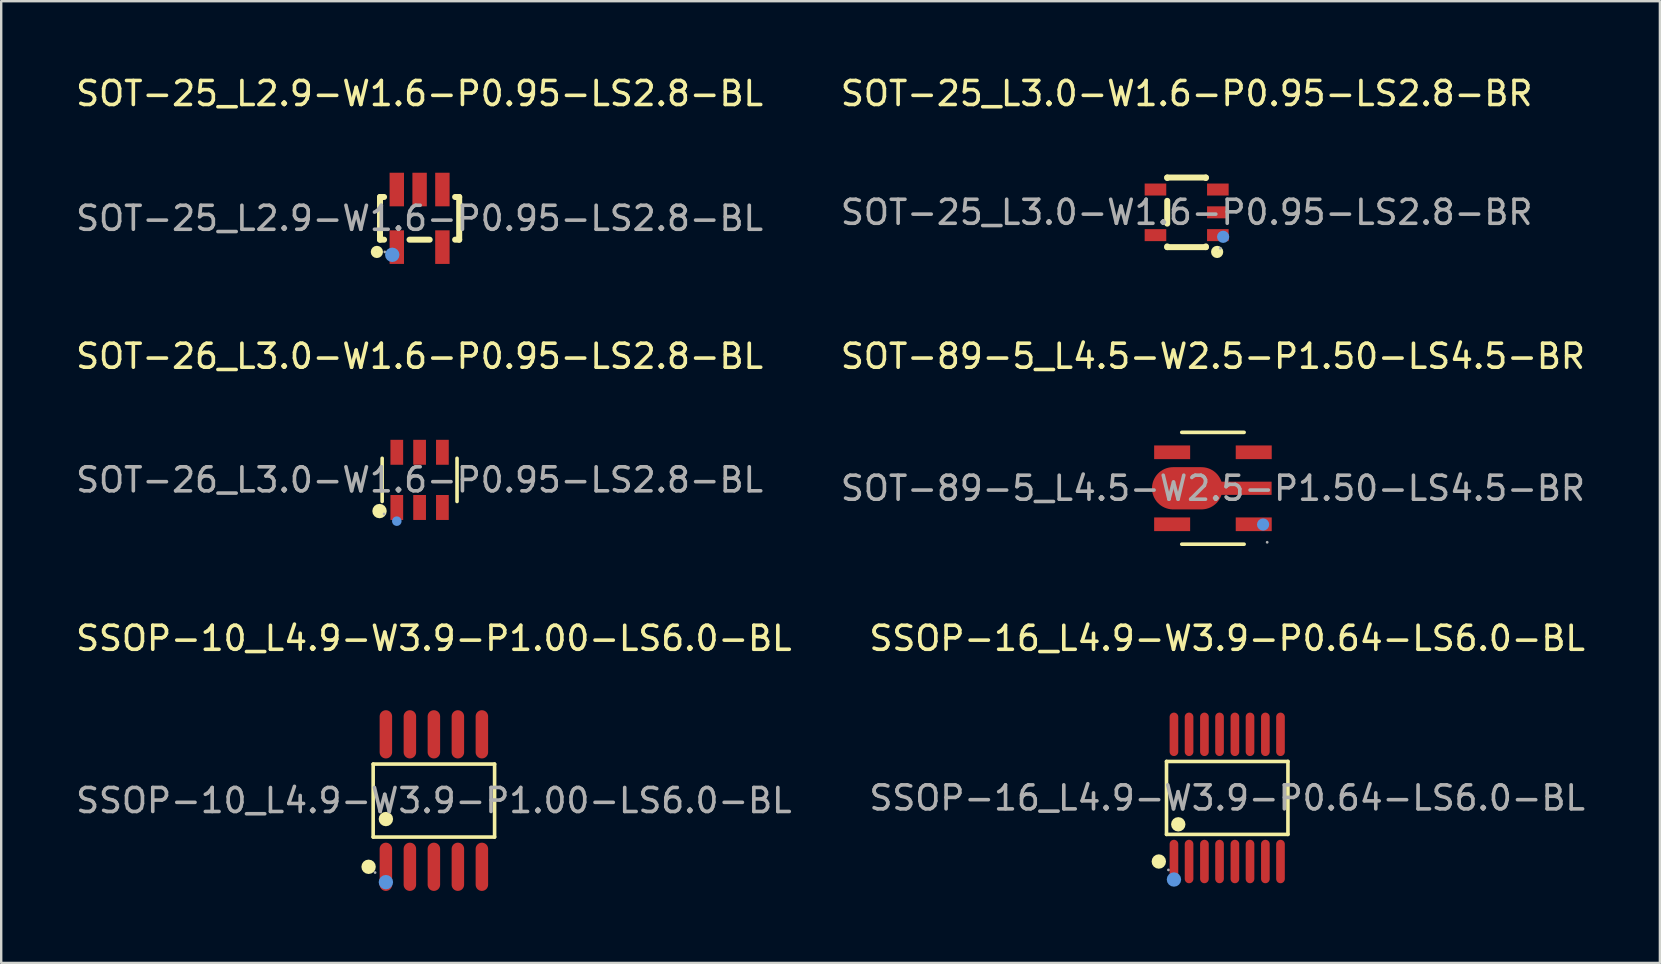
<source format=kicad_pcb>
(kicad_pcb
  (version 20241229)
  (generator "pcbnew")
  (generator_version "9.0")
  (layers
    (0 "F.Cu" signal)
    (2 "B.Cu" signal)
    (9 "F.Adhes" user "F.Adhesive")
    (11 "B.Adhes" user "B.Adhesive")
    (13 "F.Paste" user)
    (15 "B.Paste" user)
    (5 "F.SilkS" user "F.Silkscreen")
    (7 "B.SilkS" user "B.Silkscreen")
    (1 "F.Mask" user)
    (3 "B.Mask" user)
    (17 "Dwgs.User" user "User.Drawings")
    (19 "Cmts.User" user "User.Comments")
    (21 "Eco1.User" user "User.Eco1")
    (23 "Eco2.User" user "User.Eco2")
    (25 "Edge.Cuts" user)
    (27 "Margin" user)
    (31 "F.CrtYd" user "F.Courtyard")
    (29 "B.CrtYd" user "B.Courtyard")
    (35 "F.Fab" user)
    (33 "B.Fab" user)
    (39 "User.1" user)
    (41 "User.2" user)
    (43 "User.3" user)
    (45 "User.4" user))
  (footprint "SSOP-10_L4.9-W3.9-P1.00-LS6.0-BL"
    (layer "F.Cu")
    (at 15.03 30.31)
    (property "Reference" "SSOP-10_L4.9-W3.9-P1.00-LS6.0-BL" (at 0 -6.76 0) (layer "F.SilkS") (effects (font (size 1 1) (thickness 0.15))))
    (attr through_hole)
    (fp_line (start -2.53 -1.52) (end 2.53 -1.52) (stroke (width 0.15) (type solid)) (layer "F.SilkS"))
    (fp_line (start -2.53 1.52) (end -2.53 -1.52) (stroke (width 0.15) (type solid)) (layer "F.SilkS"))
    (fp_line (start 2.53 -1.52) (end 2.53 1.52) (stroke (width 0.15) (type solid)) (layer "F.SilkS"))
    (fp_line (start 2.53 1.52) (end -2.53 1.52) (stroke (width 0.15) (type solid)) (layer "F.SilkS"))
    (fp_circle (center -2.72 2.76) (end -2.57 2.76) (stroke (width 0.3) (type solid)) (fill no) (layer "F.SilkS"))
    (fp_circle (center -2 0.77) (end -1.85 0.77) (stroke (width 0.3) (type solid)) (fill no) (layer "F.SilkS"))
    (fp_circle (center -2 3.4) (end -1.85 3.4) (stroke (width 0.3) (type solid)) (fill no) (layer "Cmts.User"))
    (fp_circle (center -2.45 3) (end -2.42 3) (stroke (width 0.06) (type solid)) (fill no) (layer "F.Fab"))
    (fp_text user "${REFERENCE}" (at 0 0 0) (layer "F.Fab") (effects (font (size 1 1) (thickness 0.15))))
    (pad "1" smd oval (at -2 2.76) (size 0.52 2.01) (layers "F.Cu" "F.Mask" "F.Paste"))
    (pad "2" smd oval (at -1 2.76) (size 0.52 2.01) (layers "F.Cu" "F.Mask" "F.Paste"))
    (pad "3" smd oval (at 0 2.76) (size 0.52 2.01) (layers "F.Cu" "F.Mask" "F.Paste"))
    (pad "4" smd oval (at 1 2.76) (size 0.52 2.01) (layers "F.Cu" "F.Mask" "F.Paste"))
    (pad "5" smd oval (at 2 2.76) (size 0.52 2.01) (layers "F.Cu" "F.Mask" "F.Paste"))
    (pad "6" smd oval (at 2 -2.76) (size 0.52 2.01) (layers "F.Cu" "F.Mask" "F.Paste"))
    (pad "7" smd oval (at 1 -2.76) (size 0.52 2.01) (layers "F.Cu" "F.Mask" "F.Paste"))
    (pad "8" smd oval (at 0 -2.76) (size 0.52 2.01) (layers "F.Cu" "F.Mask" "F.Paste"))
    (pad "9" smd oval (at -1 -2.76) (size 0.52 2.01) (layers "F.Cu" "F.Mask" "F.Paste"))
    (pad "10" smd oval (at -2 -2.76) (size 0.52 2.01) (layers "F.Cu" "F.Mask" "F.Paste")))
  (footprint "SOT-25_L2.9-W1.6-P0.95-LS2.8-BL"
    (layer "F.Cu")
    (at 14.435 6.048)
    (property "Reference" "SOT-25_L2.9-W1.6-P0.95-LS2.8-BL" (at 0 -5.2 0) (layer "F.SilkS") (effects (font (size 1 1) (thickness 0.15))))
    (attr through_hole)
    (fp_line (start -1.65 -0.89) (end -1.65 0.89) (stroke (width 0.25) (type solid)) (layer "F.SilkS"))
    (fp_line (start -1.65 0.89) (end -1.48 0.89) (stroke (width 0.25) (type solid)) (layer "F.SilkS"))
    (fp_line (start -1.48 -0.89) (end -1.65 -0.89) (stroke (width 0.25) (type solid)) (layer "F.SilkS"))
    (fp_line (start -0.42 0.89) (end 0.42 0.89) (stroke (width 0.25) (type solid)) (layer "F.SilkS"))
    (fp_line (start 1.48 0.89) (end 1.65 0.89) (stroke (width 0.25) (type solid)) (layer "F.SilkS"))
    (fp_line (start 1.65 -0.89) (end 1.48 -0.89) (stroke (width 0.25) (type solid)) (layer "F.SilkS"))
    (fp_line (start 1.65 0.89) (end 1.65 -0.89) (stroke (width 0.25) (type solid)) (layer "F.SilkS"))
    (fp_circle (center -1.78 1.4) (end -1.65 1.4) (stroke (width 0.25) (type solid)) (fill no) (layer "F.SilkS"))
    (fp_circle (center -1.14 1.52) (end -0.99 1.52) (stroke (width 0.3) (type solid)) (fill no) (layer "Cmts.User"))
    (fp_circle (center -1.45 1.4) (end -1.42 1.4) (stroke (width 0.06) (type solid)) (fill no) (layer "F.Fab"))
    (fp_text user "${REFERENCE}" (at 0 0 0) (layer "F.Fab") (effects (font (size 1 1) (thickness 0.15))))
    (pad "1" smd rect (at -0.95 1.2 180) (size 0.6 1.4) (layers "F.Cu" "F.Mask" "F.Paste"))
    (pad "2" smd rect (at 0.95 1.2 180) (size 0.6 1.4) (layers "F.Cu" "F.Mask" "F.Paste"))
    (pad "3" smd rect (at 0.95 -1.2 180) (size 0.6 1.4) (layers "F.Cu" "F.Mask" "F.Paste"))
    (pad "4" smd rect (at 0 -1.2 180) (size 0.6 1.4) (layers "F.Cu" "F.Mask" "F.Paste"))
    (pad "5" smd rect (at -0.95 -1.2 180) (size 0.6 1.4) (layers "F.Cu" "F.Mask" "F.Paste")))
  (footprint "SSOP-16_L4.9-W3.9-P0.64-LS6.0-BL"
    (layer "F.Cu")
    (at 48.089 30.2)
    (property "Reference" "SSOP-16_L4.9-W3.9-P0.64-LS6.0-BL" (at 0 -6.65 0) (layer "F.SilkS") (effects (font (size 1 1) (thickness 0.15))))
    (attr through_hole)
    (fp_line (start -2.53 -1.52) (end 2.53 -1.52) (stroke (width 0.15) (type solid)) (layer "F.SilkS"))
    (fp_line (start -2.53 1.52) (end -2.53 -1.52) (stroke (width 0.15) (type solid)) (layer "F.SilkS"))
    (fp_line (start 2.53 -1.52) (end 2.53 1.52) (stroke (width 0.15) (type solid)) (layer "F.SilkS"))
    (fp_line (start 2.53 1.52) (end -2.53 1.52) (stroke (width 0.15) (type solid)) (layer "F.SilkS"))
    (fp_circle (center -2.85 2.65) (end -2.7 2.65) (stroke (width 0.3) (type solid)) (fill no) (layer "F.SilkS"))
    (fp_circle (center -2.04 1.1) (end -1.89 1.1) (stroke (width 0.3) (type solid)) (fill no) (layer "F.SilkS"))
    (fp_circle (center -2.22 3.4) (end -2.07 3.4) (stroke (width 0.3) (type solid)) (fill no) (layer "Cmts.User"))
    (fp_circle (center -2.45 3) (end -2.42 3) (stroke (width 0.06) (type solid)) (fill no) (layer "F.Fab"))
    (fp_text user "${REFERENCE}" (at 0 0 0) (layer "F.Fab") (effects (font (size 1 1) (thickness 0.15))))
    (pad "1" smd oval (at -2.22 2.65) (size 0.36 1.81) (layers "F.Cu" "F.Mask" "F.Paste"))
    (pad "2" smd oval (at -1.59 2.65) (size 0.36 1.81) (layers "F.Cu" "F.Mask" "F.Paste"))
    (pad "3" smd oval (at -0.95 2.65) (size 0.36 1.81) (layers "F.Cu" "F.Mask" "F.Paste"))
    (pad "4" smd oval (at -0.32 2.65) (size 0.36 1.81) (layers "F.Cu" "F.Mask" "F.Paste"))
    (pad "5" smd oval (at 0.32 2.65) (size 0.36 1.81) (layers "F.Cu" "F.Mask" "F.Paste"))
    (pad "6" smd oval (at 0.95 2.65) (size 0.36 1.81) (layers "F.Cu" "F.Mask" "F.Paste"))
    (pad "7" smd oval (at 1.59 2.65) (size 0.36 1.81) (layers "F.Cu" "F.Mask" "F.Paste"))
    (pad "8" smd oval (at 2.22 2.65) (size 0.36 1.81) (layers "F.Cu" "F.Mask" "F.Paste"))
    (pad "9" smd oval (at 2.22 -2.65) (size 0.36 1.81) (layers "F.Cu" "F.Mask" "F.Paste"))
    (pad "10" smd oval (at 1.59 -2.65) (size 0.36 1.81) (layers "F.Cu" "F.Mask" "F.Paste"))
    (pad "11" smd oval (at 0.95 -2.65) (size 0.36 1.81) (layers "F.Cu" "F.Mask" "F.Paste"))
    (pad "12" smd oval (at 0.32 -2.65) (size 0.36 1.81) (layers "F.Cu" "F.Mask" "F.Paste"))
    (pad "13" smd oval (at -0.32 -2.65) (size 0.36 1.81) (layers "F.Cu" "F.Mask" "F.Paste"))
    (pad "14" smd oval (at -0.95 -2.65) (size 0.36 1.81) (layers "F.Cu" "F.Mask" "F.Paste"))
    (pad "15" smd oval (at -1.59 -2.65) (size 0.36 1.81) (layers "F.Cu" "F.Mask" "F.Paste"))
    (pad "16" smd oval (at -2.22 -2.65) (size 0.36 1.81) (layers "F.Cu" "F.Mask" "F.Paste")))
  (footprint "SOT-26_L3.0-W1.6-P0.95-LS2.8-BL"
    (layer "F.Cu")
    (at 14.435 16.947)
    (property "Reference" "SOT-26_L3.0-W1.6-P0.95-LS2.8-BL" (at 0 -5.15 0) (layer "F.SilkS") (effects (font (size 1 1) (thickness 0.15))))
    (attr through_hole)
    (fp_line (start -1.56 0.9) (end -1.56 -0.9) (stroke (width 0.15) (type solid)) (layer "F.SilkS"))
    (fp_line (start 1.56 0.9) (end 1.56 -0.9) (stroke (width 0.15) (type solid)) (layer "F.SilkS"))
    (fp_circle (center -1.67 1.3) (end -1.52 1.3) (stroke (width 0.3) (type solid)) (fill no) (layer "F.SilkS"))
    (fp_circle (center -0.95 1.72) (end -0.85 1.72) (stroke (width 0.2) (type solid)) (fill no) (layer "Cmts.User"))
    (fp_circle (center -1.48 1.42) (end -1.45 1.42) (stroke (width 0.06) (type solid)) (fill no) (layer "F.Fab"))
    (fp_text user "${REFERENCE}" (at 0 0 0) (layer "F.Fab") (effects (font (size 1 1) (thickness 0.15))))
    (pad "1" smd rect (at -0.95 1.15) (size 0.53 1.04) (layers "F.Cu" "F.Mask" "F.Paste"))
    (pad "2" smd rect (at 0 1.15) (size 0.53 1.04) (layers "F.Cu" "F.Mask" "F.Paste"))
    (pad "3" smd rect (at 0.95 1.15) (size 0.53 1.04) (layers "F.Cu" "F.Mask" "F.Paste"))
    (pad "4" smd rect (at 0.95 -1.15) (size 0.53 1.04) (layers "F.Cu" "F.Mask" "F.Paste"))
    (pad "5" smd rect (at 0 -1.15) (size 0.53 1.04) (layers "F.Cu" "F.Mask" "F.Paste"))
    (pad "6" smd rect (at -0.95 -1.15) (size 0.53 1.04) (layers "F.Cu" "F.Mask" "F.Paste")))
  (footprint "SOT-25_L3.0-W1.6-P0.95-LS2.8-BR"
    (layer "F.Cu")
    (at 46.399 5.798)
    (property "Reference" "SOT-25_L3.0-W1.6-P0.95-LS2.8-BR" (at 0 -4.95 0) (layer "F.SilkS") (effects (font (size 1 1) (thickness 0.15))))
    (attr through_hole)
    (fp_line (start -0.81 -1.45) (end -0.81 -1.43) (stroke (width 0.25) (type solid)) (layer "F.SilkS"))
    (fp_line (start -0.81 -0.48) (end -0.81 0.47) (stroke (width 0.25) (type solid)) (layer "F.SilkS"))
    (fp_line (start -0.81 1.42) (end -0.81 1.45) (stroke (width 0.25) (type solid)) (layer "F.SilkS"))
    (fp_line (start 0.8 -1.45) (end -0.81 -1.45) (stroke (width 0.25) (type solid)) (layer "F.SilkS"))
    (fp_line (start 0.8 -1.43) (end 0.8 -1.45) (stroke (width 0.25) (type solid)) (layer "F.SilkS"))
    (fp_line (start 0.8 1.45) (end -0.81 1.45) (stroke (width 0.25) (type solid)) (layer "F.SilkS"))
    (fp_line (start 0.8 1.45) (end 0.8 1.42) (stroke (width 0.25) (type solid)) (layer "F.SilkS"))
    (fp_circle (center 1.27 1.65) (end 1.4 1.65) (stroke (width 0.25) (type solid)) (fill no) (layer "F.SilkS"))
    (fp_circle (center 1.52 1.02) (end 1.65 1.02) (stroke (width 0.25) (type solid)) (fill no) (layer "Cmts.User"))
    (fp_circle (center 1.4 1.5) (end 1.43 1.5) (stroke (width 0.06) (type solid)) (fill no) (layer "F.Fab"))
    (fp_text user "${REFERENCE}" (at 0 0 0) (layer "F.Fab") (effects (font (size 1 1) (thickness 0.15))))
    (pad "1" smd rect (at 1.3 0.95 90) (size 0.5 0.9) (layers "F.Cu" "F.Mask" "F.Paste"))
    (pad "2" smd rect (at 1.3 0 90) (size 0.5 0.9) (layers "F.Cu" "F.Mask" "F.Paste"))
    (pad "3" smd rect (at 1.3 -0.95 90) (size 0.5 0.9) (layers "F.Cu" "F.Mask" "F.Paste"))
    (pad "4" smd rect (at -1.3 -0.95 90) (size 0.5 0.9) (layers "F.Cu" "F.Mask" "F.Paste"))
    (pad "5" smd rect (at -1.3 0.95 90) (size 0.5 0.9) (layers "F.Cu" "F.Mask" "F.Paste")))
  (footprint "SOT-89-5_L4.5-W2.5-P1.50-LS4.5-BR"
    (layer "F.Cu")
    (at 47.494 17.297)
    (property "Reference" "SOT-89-5_L4.5-W2.5-P1.50-LS4.5-BR" (at 0 -5.5 0) (layer "F.SilkS") (effects (font (size 1 1) (thickness 0.15))))
    (attr through_hole)
    (fp_line (start 1.3 -2.33) (end -1.3 -2.33) (stroke (width 0.15) (type solid)) (layer "F.SilkS"))
    (fp_line (start 1.3 2.33) (end -1.3 2.33) (stroke (width 0.15) (type solid)) (layer "F.SilkS"))
    (fp_circle (center 2.09 1.51) (end 2.22 1.51) (stroke (width 0.25) (type solid)) (fill no) (layer "Cmts.User"))
    (fp_circle (center 2.26 2.25) (end 2.29 2.25) (stroke (width 0.06) (type solid)) (fill no) (layer "F.Fab"))
    (fp_text user "${REFERENCE}" (at 0 0 0) (layer "F.Fab") (effects (font (size 1 1) (thickness 0.15))))
    (pad "1" smd rect (at 1.7 1.5) (size 1.5 0.57) (layers "F.Cu" "F.Mask" "F.Paste"))
    (pad "2" smd oval (at -1.07 0) (size 2.94 1.76) (layers "F.Cu" "F.Mask" "F.Paste"))
    (pad "2" smd rect (at 1.34 0) (size 2.21 0.55) (layers "F.Cu" "F.Mask" "F.Paste"))
    (pad "3" smd rect (at 1.7 -1.5) (size 1.5 0.57) (layers "F.Cu" "F.Mask" "F.Paste"))
    (pad "4" smd rect (at -1.7 -1.5) (size 1.5 0.57) (layers "F.Cu" "F.Mask" "F.Paste"))
    (pad "5" smd rect (at -1.7 1.5) (size 1.5 0.57) (layers "F.Cu" "F.Mask" "F.Paste")))
  (gr_rect
    (start -3 -3)
    (end 66.119 37.075)
    (stroke (width 0.1) (type default))
    (fill no)
    (layer "Edge.Cuts")))
</source>
